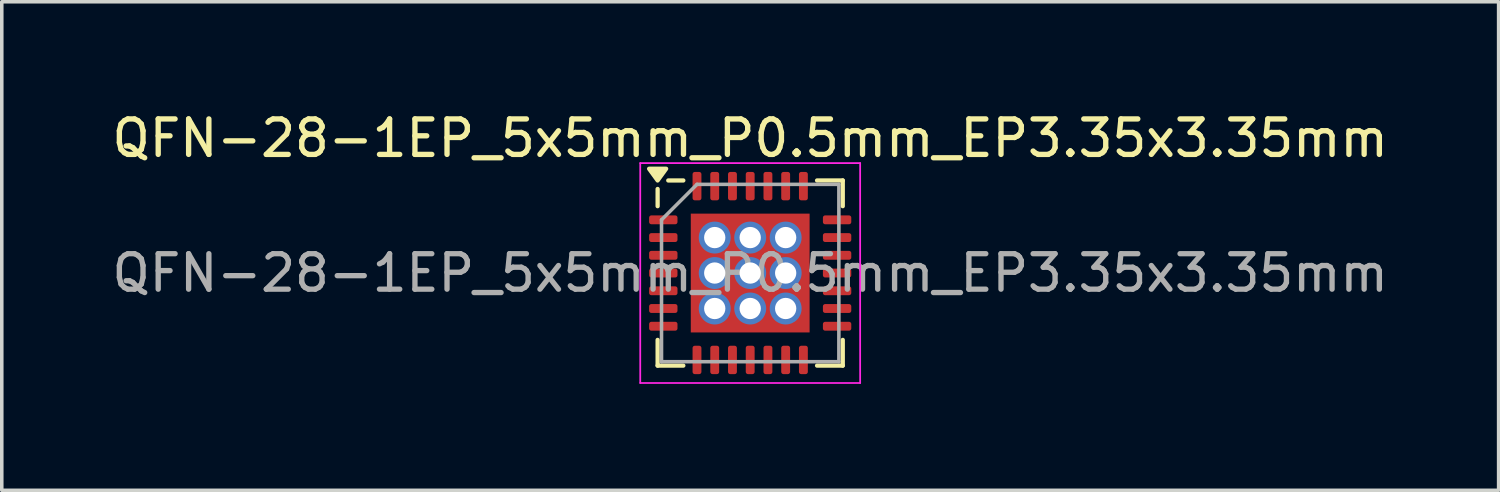
<source format=kicad_pcb>
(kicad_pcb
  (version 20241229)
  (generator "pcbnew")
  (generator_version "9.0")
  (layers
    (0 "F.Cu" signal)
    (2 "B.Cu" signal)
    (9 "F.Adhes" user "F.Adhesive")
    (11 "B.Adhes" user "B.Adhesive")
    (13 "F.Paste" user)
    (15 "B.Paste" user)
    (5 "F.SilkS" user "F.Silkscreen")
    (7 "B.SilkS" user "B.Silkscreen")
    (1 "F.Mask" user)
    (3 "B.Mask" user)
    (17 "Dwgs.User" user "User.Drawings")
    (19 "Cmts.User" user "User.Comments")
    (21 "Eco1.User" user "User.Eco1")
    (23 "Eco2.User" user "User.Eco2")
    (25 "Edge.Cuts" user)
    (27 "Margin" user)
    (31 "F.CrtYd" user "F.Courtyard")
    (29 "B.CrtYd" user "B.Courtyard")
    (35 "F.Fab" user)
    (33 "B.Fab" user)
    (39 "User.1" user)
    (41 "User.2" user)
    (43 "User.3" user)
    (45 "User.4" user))
  (footprint "QFN-28-1EP_5x5mm_P0.5mm_EP3.35x3.35mm"
    (layer "F.Cu")
    (at 18.101 4.648)
    (property "Reference" "QFN-28-1EP_5x5mm_P0.5mm_EP3.35x3.35mm" (at 0 -3.8 0) (layer "F.SilkS") (effects (font (size 1 1) (thickness 0.15))))
    (attr smd)
    (fp_line (start -2.61 -1.885) (end -2.61 -2.37) (stroke (width 0.12) (type solid)) (layer "F.SilkS"))
    (fp_line (start -2.61 2.61) (end -2.61 1.885) (stroke (width 0.12) (type solid)) (layer "F.SilkS"))
    (fp_line (start -1.885 -2.61) (end -2.31 -2.61) (stroke (width 0.12) (type solid)) (layer "F.SilkS"))
    (fp_line (start -1.885 2.61) (end -2.61 2.61) (stroke (width 0.12) (type solid)) (layer "F.SilkS"))
    (fp_line (start 1.885 -2.61) (end 2.61 -2.61) (stroke (width 0.12) (type solid)) (layer "F.SilkS"))
    (fp_line (start 1.885 2.61) (end 2.61 2.61) (stroke (width 0.12) (type solid)) (layer "F.SilkS"))
    (fp_line (start 2.61 -2.61) (end 2.61 -1.885) (stroke (width 0.12) (type solid)) (layer "F.SilkS"))
    (fp_line (start 2.61 2.61) (end 2.61 1.885) (stroke (width 0.12) (type solid)) (layer "F.SilkS"))
    (fp_poly (pts (xy -2.61 -2.61) (xy -2.85 -2.94) (xy -2.37 -2.94) (xy -2.61 -2.61)) (stroke (width 0.12) (type solid)) (fill yes) (layer "F.SilkS"))
    (fp_line (start -3.1 -3.1) (end -3.1 3.1) (stroke (width 0.05) (type solid)) (layer "F.CrtYd"))
    (fp_line (start -3.1 3.1) (end 3.1 3.1) (stroke (width 0.05) (type solid)) (layer "F.CrtYd"))
    (fp_line (start 3.1 -3.1) (end -3.1 -3.1) (stroke (width 0.05) (type solid)) (layer "F.CrtYd"))
    (fp_line (start 3.1 3.1) (end 3.1 -3.1) (stroke (width 0.05) (type solid)) (layer "F.CrtYd"))
    (fp_line (start -2.5 -1.5) (end -1.5 -2.5) (stroke (width 0.1) (type solid)) (layer "F.Fab"))
    (fp_line (start -2.5 2.5) (end -2.5 -1.5) (stroke (width 0.1) (type solid)) (layer "F.Fab"))
    (fp_line (start -1.5 -2.5) (end 2.5 -2.5) (stroke (width 0.1) (type solid)) (layer "F.Fab"))
    (fp_line (start 2.5 -2.5) (end 2.5 2.5) (stroke (width 0.1) (type solid)) (layer "F.Fab"))
    (fp_line (start 2.5 2.5) (end -2.5 2.5) (stroke (width 0.1) (type solid)) (layer "F.Fab"))
    (fp_text user "${REFERENCE}" (at 0 0 0) (layer "F.Fab") (effects (font (size 1 1) (thickness 0.15))))
    (pad "1" smd roundrect (at -2.45 -1.5) (size 0.8 0.25) (layers "F.Cu" "F.Mask" "F.Paste") (roundrect_rratio 0.25))
    (pad "2" smd roundrect (at -2.45 -1) (size 0.8 0.25) (layers "F.Cu" "F.Mask" "F.Paste") (roundrect_rratio 0.25))
    (pad "3" smd roundrect (at -2.45 -0.5) (size 0.8 0.25) (layers "F.Cu" "F.Mask" "F.Paste") (roundrect_rratio 0.25))
    (pad "4" smd roundrect (at -2.45 0) (size 0.8 0.25) (layers "F.Cu" "F.Mask" "F.Paste") (roundrect_rratio 0.25))
    (pad "5" smd roundrect (at -2.45 0.5) (size 0.8 0.25) (layers "F.Cu" "F.Mask" "F.Paste") (roundrect_rratio 0.25))
    (pad "6" smd roundrect (at -2.45 1) (size 0.8 0.25) (layers "F.Cu" "F.Mask" "F.Paste") (roundrect_rratio 0.25))
    (pad "7" smd roundrect (at -2.45 1.5) (size 0.8 0.25) (layers "F.Cu" "F.Mask" "F.Paste") (roundrect_rratio 0.25))
    (pad "8" smd roundrect (at -1.5 2.45) (size 0.25 0.8) (layers "F.Cu" "F.Mask" "F.Paste") (roundrect_rratio 0.25))
    (pad "9" smd roundrect (at -1 2.45) (size 0.25 0.8) (layers "F.Cu" "F.Mask" "F.Paste") (roundrect_rratio 0.25))
    (pad "10" smd roundrect (at -0.5 2.45) (size 0.25 0.8) (layers "F.Cu" "F.Mask" "F.Paste") (roundrect_rratio 0.25))
    (pad "11" smd roundrect (at 0 2.45) (size 0.25 0.8) (layers "F.Cu" "F.Mask" "F.Paste") (roundrect_rratio 0.25))
    (pad "12" smd roundrect (at 0.5 2.45) (size 0.25 0.8) (layers "F.Cu" "F.Mask" "F.Paste") (roundrect_rratio 0.25))
    (pad "13" smd roundrect (at 1 2.45) (size 0.25 0.8) (layers "F.Cu" "F.Mask" "F.Paste") (roundrect_rratio 0.25))
    (pad "14" smd roundrect (at 1.5 2.45) (size 0.25 0.8) (layers "F.Cu" "F.Mask" "F.Paste") (roundrect_rratio 0.25))
    (pad "15" smd roundrect (at 2.45 1.5) (size 0.8 0.25) (layers "F.Cu" "F.Mask" "F.Paste") (roundrect_rratio 0.25))
    (pad "16" smd roundrect (at 2.45 1) (size 0.8 0.25) (layers "F.Cu" "F.Mask" "F.Paste") (roundrect_rratio 0.25))
    (pad "17" smd roundrect (at 2.45 0.5) (size 0.8 0.25) (layers "F.Cu" "F.Mask" "F.Paste") (roundrect_rratio 0.25))
    (pad "18" smd roundrect (at 2.45 0) (size 0.8 0.25) (layers "F.Cu" "F.Mask" "F.Paste") (roundrect_rratio 0.25))
    (pad "19" smd roundrect (at 2.45 -0.5) (size 0.8 0.25) (layers "F.Cu" "F.Mask" "F.Paste") (roundrect_rratio 0.25))
    (pad "20" smd roundrect (at 2.45 -1) (size 0.8 0.25) (layers "F.Cu" "F.Mask" "F.Paste") (roundrect_rratio 0.25))
    (pad "21" smd roundrect (at 2.45 -1.5) (size 0.8 0.25) (layers "F.Cu" "F.Mask" "F.Paste") (roundrect_rratio 0.25))
    (pad "22" smd roundrect (at 1.5 -2.45) (size 0.25 0.8) (layers "F.Cu" "F.Mask" "F.Paste") (roundrect_rratio 0.25))
    (pad "23" smd roundrect (at 1 -2.45) (size 0.25 0.8) (layers "F.Cu" "F.Mask" "F.Paste") (roundrect_rratio 0.25))
    (pad "24" smd roundrect (at 0.5 -2.45) (size 0.25 0.8) (layers "F.Cu" "F.Mask" "F.Paste") (roundrect_rratio 0.25))
    (pad "25" smd roundrect (at 0 -2.45) (size 0.25 0.8) (layers "F.Cu" "F.Mask" "F.Paste") (roundrect_rratio 0.25))
    (pad "26" smd roundrect (at -0.5 -2.45) (size 0.25 0.8) (layers "F.Cu" "F.Mask" "F.Paste") (roundrect_rratio 0.25))
    (pad "27" smd roundrect (at -1 -2.45) (size 0.25 0.8) (layers "F.Cu" "F.Mask" "F.Paste") (roundrect_rratio 0.25))
    (pad "28" smd roundrect (at -1.5 -2.45) (size 0.25 0.8) (layers "F.Cu" "F.Mask" "F.Paste") (roundrect_rratio 0.25))
    (pad "29" thru_hole circle (at -1 -1) (size 0.9 0.9) (drill 0.6) (property pad_prop_heatsink) (layers "*.Cu" "*.Mask"))
    (pad "29" thru_hole circle (at -1 0) (size 0.9 0.9) (drill 0.6) (property pad_prop_heatsink) (layers "*.Cu" "*.Mask"))
    (pad "29" thru_hole circle (at -1 1) (size 0.9 0.9) (drill 0.6) (property pad_prop_heatsink) (layers "*.Cu" "*.Mask"))
    (pad "29" thru_hole circle (at 0 -1) (size 0.9 0.9) (drill 0.6) (property pad_prop_heatsink) (layers "*.Cu" "*.Mask"))
    (pad "29" thru_hole circle (at 0 0) (size 0.9 0.9) (drill 0.6) (property pad_prop_heatsink) (layers "*.Cu" "*.Mask"))
    (pad "29" smd rect (at 0 0) (size 3.35 3.35) (property pad_prop_heatsink) (layers "F.Cu" "F.Mask"))
    (pad "29" thru_hole circle (at 0 1) (size 0.9 0.9) (drill 0.6) (property pad_prop_heatsink) (layers "*.Cu" "*.Mask"))
    (pad "29" thru_hole circle (at 1 -1) (size 0.9 0.9) (drill 0.6) (property pad_prop_heatsink) (layers "*.Cu" "*.Mask"))
    (pad "29" thru_hole circle (at 1 0) (size 0.9 0.9) (drill 0.6) (property pad_prop_heatsink) (layers "*.Cu" "*.Mask"))
    (pad "29" thru_hole circle (at 1 1) (size 0.9 0.9) (drill 0.6) (property pad_prop_heatsink) (layers "*.Cu" "*.Mask")))
  (gr_rect
    (start -3 -3)
    (end 39.202 10.773)
    (stroke (width 0.1) (type default))
    (fill no)
    (layer "Edge.Cuts")))
</source>
